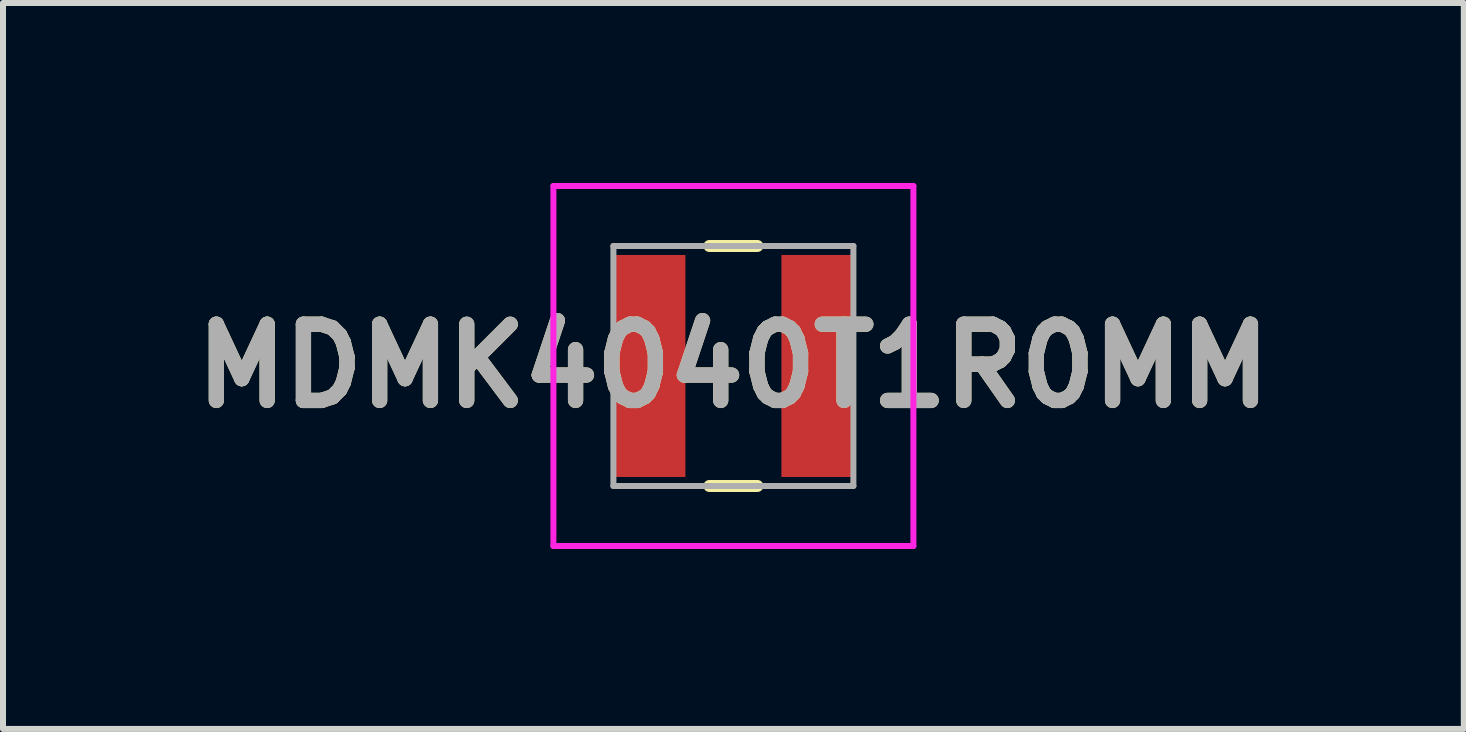
<source format=kicad_pcb>
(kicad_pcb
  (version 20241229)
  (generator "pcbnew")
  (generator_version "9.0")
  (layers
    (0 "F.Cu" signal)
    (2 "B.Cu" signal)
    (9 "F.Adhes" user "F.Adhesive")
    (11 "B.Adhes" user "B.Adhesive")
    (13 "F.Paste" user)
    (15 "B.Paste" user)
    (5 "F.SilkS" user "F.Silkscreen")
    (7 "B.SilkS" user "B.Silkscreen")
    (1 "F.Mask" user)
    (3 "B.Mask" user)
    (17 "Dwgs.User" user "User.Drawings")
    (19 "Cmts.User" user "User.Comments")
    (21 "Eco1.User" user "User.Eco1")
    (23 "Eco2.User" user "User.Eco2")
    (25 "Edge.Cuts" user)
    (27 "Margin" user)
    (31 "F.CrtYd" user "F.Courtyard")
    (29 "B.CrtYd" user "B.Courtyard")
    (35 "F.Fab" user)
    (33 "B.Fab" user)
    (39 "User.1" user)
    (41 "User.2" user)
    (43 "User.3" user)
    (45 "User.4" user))
  (footprint "MDMK4040T1R0MM"
    (layer "F.Cu")
    (at 9.174 3.05)
    (property "Reference" "MDMK4040T1R0MM" (at 0 0 0) (layer "F.SilkS") (effects (font (size 1.27 1.27) (thickness 0.254))))
    (attr smd)
    (fp_line (start -0.4 -2) (end 0.4 -2) (stroke (width 0.2) (type solid)) (layer "F.SilkS"))
    (fp_line (start -0.4 2) (end 0.4 2) (stroke (width 0.2) (type solid)) (layer "F.SilkS"))
    (fp_line (start -3 -3) (end 3 -3) (stroke (width 0.1) (type solid)) (layer "F.CrtYd"))
    (fp_line (start -3 3) (end -3 -3) (stroke (width 0.1) (type solid)) (layer "F.CrtYd"))
    (fp_line (start 3 -3) (end 3 3) (stroke (width 0.1) (type solid)) (layer "F.CrtYd"))
    (fp_line (start 3 3) (end -3 3) (stroke (width 0.1) (type solid)) (layer "F.CrtYd"))
    (fp_line (start -2 -2) (end 2 -2) (stroke (width 0.1) (type solid)) (layer "F.Fab"))
    (fp_line (start -2 2) (end -2 -2) (stroke (width 0.1) (type solid)) (layer "F.Fab"))
    (fp_line (start 2 -2) (end 2 2) (stroke (width 0.1) (type solid)) (layer "F.Fab"))
    (fp_line (start 2 2) (end -2 2) (stroke (width 0.1) (type solid)) (layer "F.Fab"))
    (fp_text user "${REFERENCE}" (at 0 0 0) (layer "F.Fab") (effects (font (size 1.27 1.27) (thickness 0.254))))
    (pad "1" smd rect (at -1.4 0) (size 1.2 3.7) (layers "F.Cu" "F.Mask" "F.Paste"))
    (pad "2" smd rect (at 1.4 0) (size 1.2 3.7) (layers "F.Cu" "F.Mask" "F.Paste")))
  (gr_rect
    (start -3 -3)
    (end 21.348 9.1)
    (stroke (width 0.1) (type default))
    (fill no)
    (layer "Edge.Cuts")))
</source>
